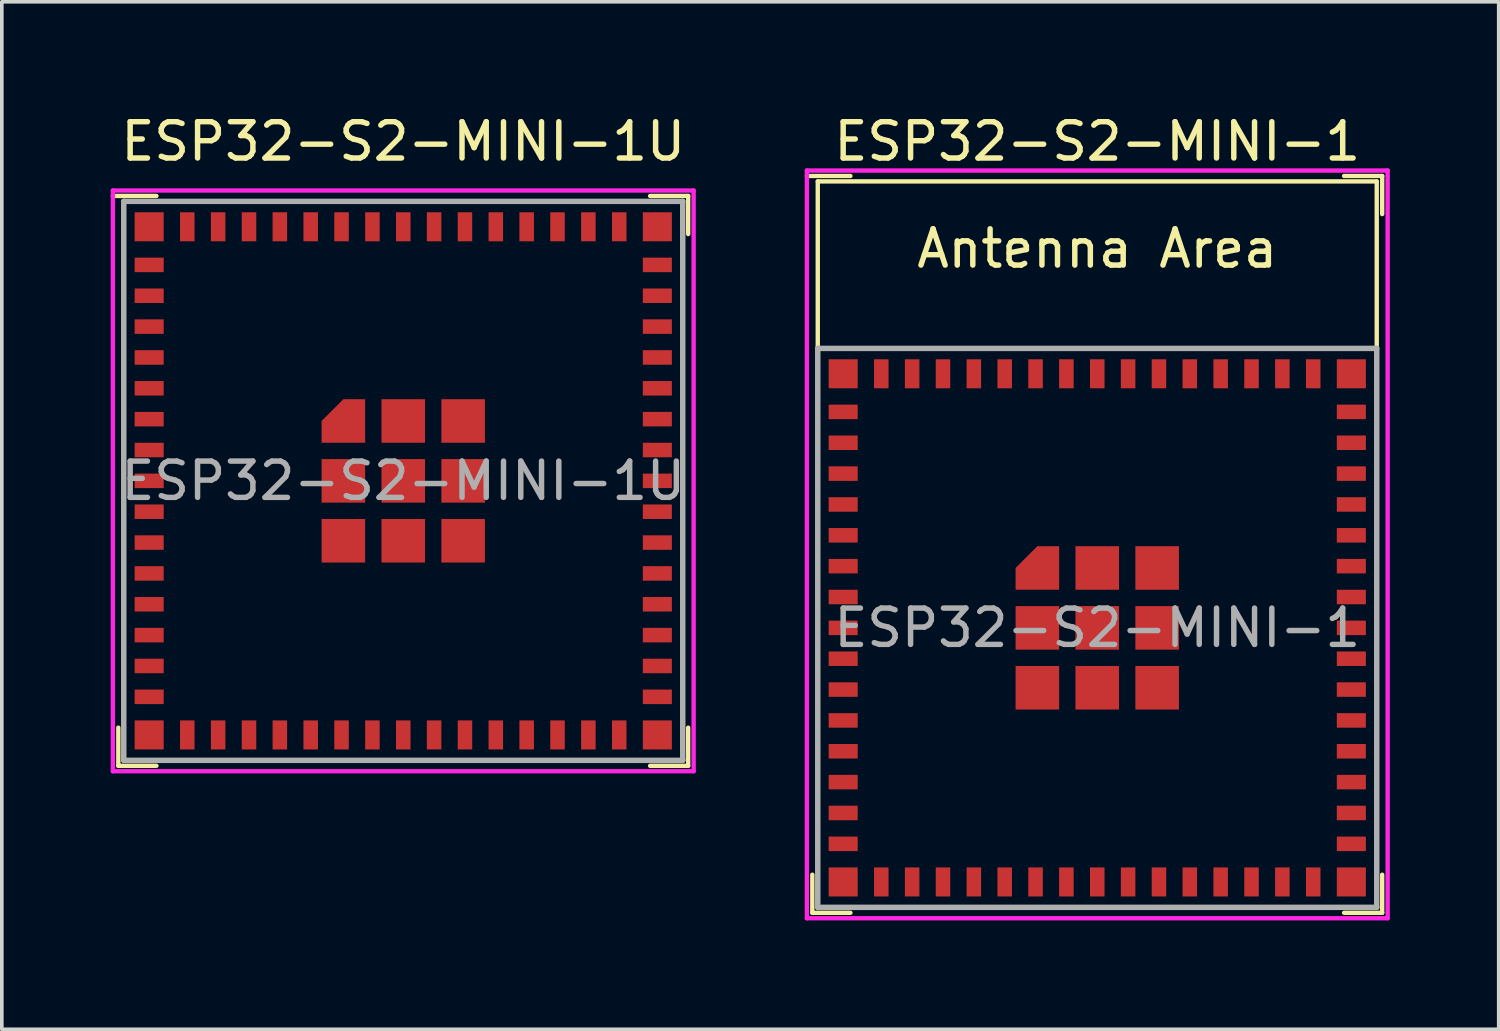
<source format=kicad_pcb>
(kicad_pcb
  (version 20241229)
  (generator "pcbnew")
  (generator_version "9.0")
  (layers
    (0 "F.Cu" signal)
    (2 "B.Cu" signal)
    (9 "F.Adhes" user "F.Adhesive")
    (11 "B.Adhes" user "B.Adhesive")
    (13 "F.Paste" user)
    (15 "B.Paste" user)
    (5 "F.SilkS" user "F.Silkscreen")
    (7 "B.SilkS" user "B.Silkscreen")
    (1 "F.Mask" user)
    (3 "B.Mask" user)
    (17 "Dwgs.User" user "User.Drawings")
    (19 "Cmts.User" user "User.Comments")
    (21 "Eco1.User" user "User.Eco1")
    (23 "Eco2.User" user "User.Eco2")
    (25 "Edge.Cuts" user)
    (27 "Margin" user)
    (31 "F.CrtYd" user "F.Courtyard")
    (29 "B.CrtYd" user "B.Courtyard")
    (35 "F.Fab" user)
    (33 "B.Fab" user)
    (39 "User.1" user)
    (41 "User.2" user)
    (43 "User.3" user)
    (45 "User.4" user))
  (footprint "ESP32-S2-MINI-1U"
    (layer "F.Cu")
    (at 8.06 10.198)
    (property "Reference" "ESP32-S2-MINI-1U" (at 0 -9.35 0) (layer "F.SilkS") (effects (font (size 1 1) (thickness 0.15))))
    (attr smd)
    (fp_line (start -7.85 7.85) (end -7.85 6.8) (stroke (width 0.12) (type solid)) (layer "F.SilkS"))
    (fp_line (start -7.7 -7.7) (end 7.7 -7.7) (stroke (width 0.12) (type solid)) (layer "F.SilkS"))
    (fp_line (start -7.7 7.7) (end -7.7 -7.7) (stroke (width 0.12) (type solid)) (layer "F.SilkS"))
    (fp_line (start -6.8 -7.85) (end -8 -7.85) (stroke (width 0.12) (type solid)) (layer "F.SilkS"))
    (fp_line (start -6.8 7.85) (end -7.85 7.85) (stroke (width 0.12) (type solid)) (layer "F.SilkS"))
    (fp_line (start 6.8 -7.85) (end 7.85 -7.85) (stroke (width 0.12) (type solid)) (layer "F.SilkS"))
    (fp_line (start 6.8 7.85) (end 7.85 7.85) (stroke (width 0.12) (type solid)) (layer "F.SilkS"))
    (fp_line (start 7.7 -7.7) (end 7.7 7.7) (stroke (width 0.12) (type solid)) (layer "F.SilkS"))
    (fp_line (start 7.7 7.7) (end -7.7 7.7) (stroke (width 0.12) (type solid)) (layer "F.SilkS"))
    (fp_line (start 7.85 -7.85) (end 7.85 -6.8) (stroke (width 0.12) (type solid)) (layer "F.SilkS"))
    (fp_line (start 7.85 7.85) (end 7.85 6.8) (stroke (width 0.12) (type solid)) (layer "F.SilkS"))
    (fp_line (start -8 -8) (end -8 8) (stroke (width 0.12) (type solid)) (layer "F.CrtYd"))
    (fp_line (start -8 8) (end 8 8) (stroke (width 0.12) (type solid)) (layer "F.CrtYd"))
    (fp_line (start 8 -8) (end -8 -8) (stroke (width 0.12) (type solid)) (layer "F.CrtYd"))
    (fp_line (start 8 8) (end 8 -8) (stroke (width 0.12) (type solid)) (layer "F.CrtYd"))
    (fp_line (start -7.7 -7.7) (end -7.7 7.7) (stroke (width 0.15) (type solid)) (layer "F.Fab"))
    (fp_line (start -7.7 7.7) (end 7.7 7.7) (stroke (width 0.15) (type solid)) (layer "F.Fab"))
    (fp_line (start 7.7 -7.7) (end -7.7 -7.7) (stroke (width 0.15) (type solid)) (layer "F.Fab"))
    (fp_line (start 7.7 7.7) (end 7.7 -7.7) (stroke (width 0.15) (type solid)) (layer "F.Fab"))
    (fp_text user "${REFERENCE}" (at 0 0 0) (layer "F.Fab") (effects (font (size 1 1) (thickness 0.15))))
    (pad "1" smd rect (at -7 -5.95 90) (size 0.4 0.8) (layers "F.Cu" "F.Mask" "F.Paste"))
    (pad "2" smd rect (at -7 -5.1 90) (size 0.4 0.8) (layers "F.Cu" "F.Mask" "F.Paste"))
    (pad "3" smd rect (at -7 -4.25 90) (size 0.4 0.8) (layers "F.Cu" "F.Mask" "F.Paste"))
    (pad "4" smd rect (at -7 -3.4 90) (size 0.4 0.8) (layers "F.Cu" "F.Mask" "F.Paste"))
    (pad "5" smd rect (at -7 -2.55 90) (size 0.4 0.8) (layers "F.Cu" "F.Mask" "F.Paste"))
    (pad "6" smd rect (at -7 -1.7 90) (size 0.4 0.8) (layers "F.Cu" "F.Mask" "F.Paste"))
    (pad "7" smd rect (at -7 -0.85 90) (size 0.4 0.8) (layers "F.Cu" "F.Mask" "F.Paste"))
    (pad "8" smd rect (at -7 0 90) (size 0.4 0.8) (layers "F.Cu" "F.Mask" "F.Paste"))
    (pad "9" smd rect (at -7 0.85 90) (size 0.4 0.8) (layers "F.Cu" "F.Mask" "F.Paste"))
    (pad "10" smd rect (at -7 1.7 90) (size 0.4 0.8) (layers "F.Cu" "F.Mask" "F.Paste"))
    (pad "11" smd rect (at -7 2.55 90) (size 0.4 0.8) (layers "F.Cu" "F.Mask" "F.Paste"))
    (pad "12" smd rect (at -7 3.4 90) (size 0.4 0.8) (layers "F.Cu" "F.Mask" "F.Paste"))
    (pad "13" smd rect (at -7 4.25 90) (size 0.4 0.8) (layers "F.Cu" "F.Mask" "F.Paste"))
    (pad "14" smd rect (at -7 5.1 90) (size 0.4 0.8) (layers "F.Cu" "F.Mask" "F.Paste"))
    (pad "15" smd rect (at -7 5.95 90) (size 0.4 0.8) (layers "F.Cu" "F.Mask" "F.Paste"))
    (pad "16" smd rect (at -5.95 7) (size 0.4 0.8) (layers "F.Cu" "F.Mask" "F.Paste"))
    (pad "17" smd rect (at -5.1 7) (size 0.4 0.8) (layers "F.Cu" "F.Mask" "F.Paste"))
    (pad "18" smd rect (at -4.25 7) (size 0.4 0.8) (layers "F.Cu" "F.Mask" "F.Paste"))
    (pad "19" smd rect (at -3.4 7) (size 0.4 0.8) (layers "F.Cu" "F.Mask" "F.Paste"))
    (pad "20" smd rect (at -2.55 7) (size 0.4 0.8) (layers "F.Cu" "F.Mask" "F.Paste"))
    (pad "21" smd rect (at -1.7 7) (size 0.4 0.8) (layers "F.Cu" "F.Mask" "F.Paste"))
    (pad "22" smd rect (at -0.85 7) (size 0.4 0.8) (layers "F.Cu" "F.Mask" "F.Paste"))
    (pad "23" smd rect (at 0 7) (size 0.4 0.8) (layers "F.Cu" "F.Mask" "F.Paste"))
    (pad "24" smd rect (at 0.85 7) (size 0.4 0.8) (layers "F.Cu" "F.Mask" "F.Paste"))
    (pad "25" smd rect (at 1.7 7) (size 0.4 0.8) (layers "F.Cu" "F.Mask" "F.Paste"))
    (pad "26" smd rect (at 2.55 7) (size 0.4 0.8) (layers "F.Cu" "F.Mask" "F.Paste"))
    (pad "27" smd rect (at 3.4 7) (size 0.4 0.8) (layers "F.Cu" "F.Mask" "F.Paste"))
    (pad "28" smd rect (at 4.25 7) (size 0.4 0.8) (layers "F.Cu" "F.Mask" "F.Paste"))
    (pad "29" smd rect (at 5.1 7) (size 0.4 0.8) (layers "F.Cu" "F.Mask" "F.Paste"))
    (pad "30" smd rect (at 5.95 7) (size 0.4 0.8) (layers "F.Cu" "F.Mask" "F.Paste"))
    (pad "31" smd rect (at 7 5.95 90) (size 0.4 0.8) (layers "F.Cu" "F.Mask" "F.Paste"))
    (pad "32" smd rect (at 7 5.1 90) (size 0.4 0.8) (layers "F.Cu" "F.Mask" "F.Paste"))
    (pad "33" smd rect (at 7 4.25 90) (size 0.4 0.8) (layers "F.Cu" "F.Mask" "F.Paste"))
    (pad "34" smd rect (at 7 3.4 90) (size 0.4 0.8) (layers "F.Cu" "F.Mask" "F.Paste"))
    (pad "35" smd rect (at 7 2.55 90) (size 0.4 0.8) (layers "F.Cu" "F.Mask" "F.Paste"))
    (pad "36" smd rect (at 7 1.7 90) (size 0.4 0.8) (layers "F.Cu" "F.Mask" "F.Paste"))
    (pad "37" smd rect (at 7 0.85 90) (size 0.4 0.8) (layers "F.Cu" "F.Mask" "F.Paste"))
    (pad "38" smd rect (at 7 0 90) (size 0.4 0.8) (layers "F.Cu" "F.Mask" "F.Paste"))
    (pad "39" smd rect (at 7 -0.85 90) (size 0.4 0.8) (layers "F.Cu" "F.Mask" "F.Paste"))
    (pad "40" smd rect (at 7 -1.7 90) (size 0.4 0.8) (layers "F.Cu" "F.Mask" "F.Paste"))
    (pad "41" smd rect (at 7 -2.55 90) (size 0.4 0.8) (layers "F.Cu" "F.Mask" "F.Paste"))
    (pad "42" smd rect (at 7 -3.4 90) (size 0.4 0.8) (layers "F.Cu" "F.Mask" "F.Paste"))
    (pad "43" smd rect (at 7 -4.25 90) (size 0.4 0.8) (layers "F.Cu" "F.Mask" "F.Paste"))
    (pad "44" smd rect (at 7 -5.1 90) (size 0.4 0.8) (layers "F.Cu" "F.Mask" "F.Paste"))
    (pad "45" smd rect (at 7 -5.95 90) (size 0.4 0.8) (layers "F.Cu" "F.Mask" "F.Paste"))
    (pad "46" smd rect (at 5.95 -7) (size 0.4 0.8) (layers "F.Cu" "F.Mask" "F.Paste"))
    (pad "47" smd rect (at 5.1 -7) (size 0.4 0.8) (layers "F.Cu" "F.Mask" "F.Paste"))
    (pad "48" smd rect (at 4.25 -7) (size 0.4 0.8) (layers "F.Cu" "F.Mask" "F.Paste"))
    (pad "49" smd rect (at 3.4 -7) (size 0.4 0.8) (layers "F.Cu" "F.Mask" "F.Paste"))
    (pad "50" smd rect (at 2.55 -7) (size 0.4 0.8) (layers "F.Cu" "F.Mask" "F.Paste"))
    (pad "51" smd rect (at 1.7 -7) (size 0.4 0.8) (layers "F.Cu" "F.Mask" "F.Paste"))
    (pad "52" smd rect (at 0.85 -7) (size 0.4 0.8) (layers "F.Cu" "F.Mask" "F.Paste"))
    (pad "53" smd rect (at 0 -7) (size 0.4 0.8) (layers "F.Cu" "F.Mask" "F.Paste"))
    (pad "54" smd rect (at -0.85 -7) (size 0.4 0.8) (layers "F.Cu" "F.Mask" "F.Paste"))
    (pad "55" smd rect (at -1.7 -7) (size 0.4 0.8) (layers "F.Cu" "F.Mask" "F.Paste"))
    (pad "56" smd rect (at -2.55 -7) (size 0.4 0.8) (layers "F.Cu" "F.Mask" "F.Paste"))
    (pad "57" smd rect (at -3.4 -7) (size 0.4 0.8) (layers "F.Cu" "F.Mask" "F.Paste"))
    (pad "58" smd rect (at -4.25 -7) (size 0.4 0.8) (layers "F.Cu" "F.Mask" "F.Paste"))
    (pad "59" smd rect (at -5.1 -7) (size 0.4 0.8) (layers "F.Cu" "F.Mask" "F.Paste"))
    (pad "60" smd rect (at -5.95 -7) (size 0.4 0.8) (layers "F.Cu" "F.Mask" "F.Paste"))
    (pad "61" smd custom (at -1.65 -1.65) (size 0.6 0.6) (layers "F.Cu" "F.Mask" "F.Paste") (options (anchor rect)) (primitives (gr_poly (pts (xy 0.6 0.6) (xy -0.6 0.6) (xy -0.6 0) (xy 0 -0.6) (xy 0.6 -0.6)) (width 0) (fill yes))))
    (pad "61" smd rect (at -1.65 0) (size 1.2 1.2) (layers "F.Cu" "F.Mask" "F.Paste"))
    (pad "61" smd rect (at -1.65 1.65) (size 1.2 1.2) (layers "F.Cu" "F.Mask" "F.Paste"))
    (pad "61" smd rect (at 0 -1.65) (size 1.2 1.2) (layers "F.Cu" "F.Mask" "F.Paste"))
    (pad "61" smd rect (at 0 0) (size 1.2 1.2) (layers "F.Cu" "F.Mask" "F.Paste"))
    (pad "61" smd rect (at 0 1.65) (size 1.2 1.2) (layers "F.Cu" "F.Mask" "F.Paste"))
    (pad "61" smd rect (at 1.65 -1.65) (size 1.2 1.2) (layers "F.Cu" "F.Mask" "F.Paste"))
    (pad "61" smd rect (at 1.65 0) (size 1.2 1.2) (layers "F.Cu" "F.Mask" "F.Paste"))
    (pad "61" smd rect (at 1.65 1.65) (size 1.2 1.2) (layers "F.Cu" "F.Mask" "F.Paste"))
    (pad "62" smd rect (at -7 -7 180) (size 0.8 0.8) (layers "F.Cu" "F.Mask" "F.Paste"))
    (pad "63" smd rect (at -7 7 180) (size 0.8 0.8) (layers "F.Cu" "F.Mask" "F.Paste"))
    (pad "64" smd rect (at 7 7 180) (size 0.8 0.8) (layers "F.Cu" "F.Mask" "F.Paste"))
    (pad "65" smd rect (at 7 -7 180) (size 0.8 0.8) (layers "F.Cu" "F.Mask" "F.Paste")))
  (footprint "ESP32-S2-MINI-1"
    (layer "F.Cu")
    (at 27.18 14.248)
    (property "Reference" "ESP32-S2-MINI-1" (at 0 -13.4 0) (layer "F.SilkS") (effects (font (size 1 1) (thickness 0.15))))
    (attr smd)
    (fp_line (start -7.85 7.85) (end -7.85 6.8) (stroke (width 0.12) (type solid)) (layer "F.SilkS"))
    (fp_line (start -7.7 -12.3) (end -7.7 -7.7) (stroke (width 0.12) (type solid)) (layer "F.SilkS"))
    (fp_line (start -7.7 -12.3) (end 7.7 -12.3) (stroke (width 0.12) (type solid)) (layer "F.SilkS"))
    (fp_line (start -7.7 7.7) (end -7.7 -7.7) (stroke (width 0.12) (type solid)) (layer "F.SilkS"))
    (fp_line (start -6.8 -12.45) (end -8 -12.45) (stroke (width 0.12) (type solid)) (layer "F.SilkS"))
    (fp_line (start -6.8 7.85) (end -7.85 7.85) (stroke (width 0.12) (type solid)) (layer "F.SilkS"))
    (fp_line (start 6.8 -12.45) (end 7.85 -12.45) (stroke (width 0.12) (type solid)) (layer "F.SilkS"))
    (fp_line (start 6.8 7.85) (end 7.85 7.85) (stroke (width 0.12) (type solid)) (layer "F.SilkS"))
    (fp_line (start 7.7 -12.3) (end 7.7 -7.7) (stroke (width 0.12) (type solid)) (layer "F.SilkS"))
    (fp_line (start 7.7 -7.7) (end 7.7 7.7) (stroke (width 0.12) (type solid)) (layer "F.SilkS"))
    (fp_line (start 7.7 7.7) (end -7.7 7.7) (stroke (width 0.12) (type solid)) (layer "F.SilkS"))
    (fp_line (start 7.85 -12.45) (end 7.85 -11.4) (stroke (width 0.12) (type solid)) (layer "F.SilkS"))
    (fp_line (start 7.85 7.85) (end 7.85 6.8) (stroke (width 0.12) (type solid)) (layer "F.SilkS"))
    (fp_line (start -8 -12.6) (end -8 8) (stroke (width 0.12) (type solid)) (layer "F.CrtYd"))
    (fp_line (start -8 8) (end 8 8) (stroke (width 0.12) (type solid)) (layer "F.CrtYd"))
    (fp_line (start 8 -12.6) (end -8 -12.6) (stroke (width 0.12) (type solid)) (layer "F.CrtYd"))
    (fp_line (start 8 8) (end 8 -12.6) (stroke (width 0.12) (type solid)) (layer "F.CrtYd"))
    (fp_line (start -7.7 -7.7) (end -7.7 7.7) (stroke (width 0.15) (type solid)) (layer "F.Fab"))
    (fp_line (start -7.7 7.7) (end 7.7 7.7) (stroke (width 0.15) (type solid)) (layer "F.Fab"))
    (fp_line (start 7.7 -7.7) (end -7.7 -7.7) (stroke (width 0.15) (type solid)) (layer "F.Fab"))
    (fp_line (start 7.7 7.7) (end 7.7 -7.7) (stroke (width 0.15) (type solid)) (layer "F.Fab"))
    (fp_text user "Antenna Area" (at 0 -10.45 0) (layer "F.SilkS") (effects (font (size 1 1) (thickness 0.15))))
    (fp_text user "${REFERENCE}" (at 0 0 0) (layer "F.Fab") (effects (font (size 1 1) (thickness 0.15))))
    (pad "1" smd rect (at -7 -5.95 90) (size 0.4 0.8) (layers "F.Cu" "F.Mask" "F.Paste"))
    (pad "2" smd rect (at -7 -5.1 90) (size 0.4 0.8) (layers "F.Cu" "F.Mask" "F.Paste"))
    (pad "3" smd rect (at -7 -4.25 90) (size 0.4 0.8) (layers "F.Cu" "F.Mask" "F.Paste"))
    (pad "4" smd rect (at -7 -3.4 90) (size 0.4 0.8) (layers "F.Cu" "F.Mask" "F.Paste"))
    (pad "5" smd rect (at -7 -2.55 90) (size 0.4 0.8) (layers "F.Cu" "F.Mask" "F.Paste"))
    (pad "6" smd rect (at -7 -1.7 90) (size 0.4 0.8) (layers "F.Cu" "F.Mask" "F.Paste"))
    (pad "7" smd rect (at -7 -0.85 90) (size 0.4 0.8) (layers "F.Cu" "F.Mask" "F.Paste"))
    (pad "8" smd rect (at -7 0 90) (size 0.4 0.8) (layers "F.Cu" "F.Mask" "F.Paste"))
    (pad "9" smd rect (at -7 0.85 90) (size 0.4 0.8) (layers "F.Cu" "F.Mask" "F.Paste"))
    (pad "10" smd rect (at -7 1.7 90) (size 0.4 0.8) (layers "F.Cu" "F.Mask" "F.Paste"))
    (pad "11" smd rect (at -7 2.55 90) (size 0.4 0.8) (layers "F.Cu" "F.Mask" "F.Paste"))
    (pad "12" smd rect (at -7 3.4 90) (size 0.4 0.8) (layers "F.Cu" "F.Mask" "F.Paste"))
    (pad "13" smd rect (at -7 4.25 90) (size 0.4 0.8) (layers "F.Cu" "F.Mask" "F.Paste"))
    (pad "14" smd rect (at -7 5.1 90) (size 0.4 0.8) (layers "F.Cu" "F.Mask" "F.Paste"))
    (pad "15" smd rect (at -7 5.95 90) (size 0.4 0.8) (layers "F.Cu" "F.Mask" "F.Paste"))
    (pad "16" smd rect (at -5.95 7) (size 0.4 0.8) (layers "F.Cu" "F.Mask" "F.Paste"))
    (pad "17" smd rect (at -5.1 7) (size 0.4 0.8) (layers "F.Cu" "F.Mask" "F.Paste"))
    (pad "18" smd rect (at -4.25 7) (size 0.4 0.8) (layers "F.Cu" "F.Mask" "F.Paste"))
    (pad "19" smd rect (at -3.4 7) (size 0.4 0.8) (layers "F.Cu" "F.Mask" "F.Paste"))
    (pad "20" smd rect (at -2.55 7) (size 0.4 0.8) (layers "F.Cu" "F.Mask" "F.Paste"))
    (pad "21" smd rect (at -1.7 7) (size 0.4 0.8) (layers "F.Cu" "F.Mask" "F.Paste"))
    (pad "22" smd rect (at -0.85 7) (size 0.4 0.8) (layers "F.Cu" "F.Mask" "F.Paste"))
    (pad "23" smd rect (at 0 7) (size 0.4 0.8) (layers "F.Cu" "F.Mask" "F.Paste"))
    (pad "24" smd rect (at 0.85 7) (size 0.4 0.8) (layers "F.Cu" "F.Mask" "F.Paste"))
    (pad "25" smd rect (at 1.7 7) (size 0.4 0.8) (layers "F.Cu" "F.Mask" "F.Paste"))
    (pad "26" smd rect (at 2.55 7) (size 0.4 0.8) (layers "F.Cu" "F.Mask" "F.Paste"))
    (pad "27" smd rect (at 3.4 7) (size 0.4 0.8) (layers "F.Cu" "F.Mask" "F.Paste"))
    (pad "28" smd rect (at 4.25 7) (size 0.4 0.8) (layers "F.Cu" "F.Mask" "F.Paste"))
    (pad "29" smd rect (at 5.1 7) (size 0.4 0.8) (layers "F.Cu" "F.Mask" "F.Paste"))
    (pad "30" smd rect (at 5.95 7) (size 0.4 0.8) (layers "F.Cu" "F.Mask" "F.Paste"))
    (pad "31" smd rect (at 7 5.95 90) (size 0.4 0.8) (layers "F.Cu" "F.Mask" "F.Paste"))
    (pad "32" smd rect (at 7 5.1 90) (size 0.4 0.8) (layers "F.Cu" "F.Mask" "F.Paste"))
    (pad "33" smd rect (at 7 4.25 90) (size 0.4 0.8) (layers "F.Cu" "F.Mask" "F.Paste"))
    (pad "34" smd rect (at 7 3.4 90) (size 0.4 0.8) (layers "F.Cu" "F.Mask" "F.Paste"))
    (pad "35" smd rect (at 7 2.55 90) (size 0.4 0.8) (layers "F.Cu" "F.Mask" "F.Paste"))
    (pad "36" smd rect (at 7 1.7 90) (size 0.4 0.8) (layers "F.Cu" "F.Mask" "F.Paste"))
    (pad "37" smd rect (at 7 0.85 90) (size 0.4 0.8) (layers "F.Cu" "F.Mask" "F.Paste"))
    (pad "38" smd rect (at 7 0 90) (size 0.4 0.8) (layers "F.Cu" "F.Mask" "F.Paste"))
    (pad "39" smd rect (at 7 -0.85 90) (size 0.4 0.8) (layers "F.Cu" "F.Mask" "F.Paste"))
    (pad "40" smd rect (at 7 -1.7 90) (size 0.4 0.8) (layers "F.Cu" "F.Mask" "F.Paste"))
    (pad "41" smd rect (at 7 -2.55 90) (size 0.4 0.8) (layers "F.Cu" "F.Mask" "F.Paste"))
    (pad "42" smd rect (at 7 -3.4 90) (size 0.4 0.8) (layers "F.Cu" "F.Mask" "F.Paste"))
    (pad "43" smd rect (at 7 -4.25 90) (size 0.4 0.8) (layers "F.Cu" "F.Mask" "F.Paste"))
    (pad "44" smd rect (at 7 -5.1 90) (size 0.4 0.8) (layers "F.Cu" "F.Mask" "F.Paste"))
    (pad "45" smd rect (at 7 -5.95 90) (size 0.4 0.8) (layers "F.Cu" "F.Mask" "F.Paste"))
    (pad "46" smd rect (at 5.95 -7) (size 0.4 0.8) (layers "F.Cu" "F.Mask" "F.Paste"))
    (pad "47" smd rect (at 5.1 -7) (size 0.4 0.8) (layers "F.Cu" "F.Mask" "F.Paste"))
    (pad "48" smd rect (at 4.25 -7) (size 0.4 0.8) (layers "F.Cu" "F.Mask" "F.Paste"))
    (pad "49" smd rect (at 3.4 -7) (size 0.4 0.8) (layers "F.Cu" "F.Mask" "F.Paste"))
    (pad "50" smd rect (at 2.55 -7) (size 0.4 0.8) (layers "F.Cu" "F.Mask" "F.Paste"))
    (pad "51" smd rect (at 1.7 -7) (size 0.4 0.8) (layers "F.Cu" "F.Mask" "F.Paste"))
    (pad "52" smd rect (at 0.85 -7) (size 0.4 0.8) (layers "F.Cu" "F.Mask" "F.Paste"))
    (pad "53" smd rect (at 0 -7) (size 0.4 0.8) (layers "F.Cu" "F.Mask" "F.Paste"))
    (pad "54" smd rect (at -0.85 -7) (size 0.4 0.8) (layers "F.Cu" "F.Mask" "F.Paste"))
    (pad "55" smd rect (at -1.7 -7) (size 0.4 0.8) (layers "F.Cu" "F.Mask" "F.Paste"))
    (pad "56" smd rect (at -2.55 -7) (size 0.4 0.8) (layers "F.Cu" "F.Mask" "F.Paste"))
    (pad "57" smd rect (at -3.4 -7) (size 0.4 0.8) (layers "F.Cu" "F.Mask" "F.Paste"))
    (pad "58" smd rect (at -4.25 -7) (size 0.4 0.8) (layers "F.Cu" "F.Mask" "F.Paste"))
    (pad "59" smd rect (at -5.1 -7) (size 0.4 0.8) (layers "F.Cu" "F.Mask" "F.Paste"))
    (pad "60" smd rect (at -5.95 -7) (size 0.4 0.8) (layers "F.Cu" "F.Mask" "F.Paste"))
    (pad "61" smd custom (at -1.65 -1.65) (size 0.6 0.6) (layers "F.Cu" "F.Mask" "F.Paste") (options (anchor rect)) (primitives (gr_poly (pts (xy 0.6 0.6) (xy -0.6 0.6) (xy -0.6 0) (xy 0 -0.6) (xy 0.6 -0.6)) (width 0) (fill yes))))
    (pad "61" smd rect (at -1.65 0) (size 1.2 1.2) (layers "F.Cu" "F.Mask" "F.Paste"))
    (pad "61" smd rect (at -1.65 1.65) (size 1.2 1.2) (layers "F.Cu" "F.Mask" "F.Paste"))
    (pad "61" smd rect (at 0 -1.65) (size 1.2 1.2) (layers "F.Cu" "F.Mask" "F.Paste"))
    (pad "61" smd rect (at 0 0) (size 1.2 1.2) (layers "F.Cu" "F.Mask" "F.Paste"))
    (pad "61" smd rect (at 0 1.65) (size 1.2 1.2) (layers "F.Cu" "F.Mask" "F.Paste"))
    (pad "61" smd rect (at 1.65 -1.65) (size 1.2 1.2) (layers "F.Cu" "F.Mask" "F.Paste"))
    (pad "61" smd rect (at 1.65 0) (size 1.2 1.2) (layers "F.Cu" "F.Mask" "F.Paste"))
    (pad "61" smd rect (at 1.65 1.65) (size 1.2 1.2) (layers "F.Cu" "F.Mask" "F.Paste"))
    (pad "62" smd rect (at -7 -7 180) (size 0.8 0.8) (layers "F.Cu" "F.Mask" "F.Paste"))
    (pad "63" smd rect (at -7 7 180) (size 0.8 0.8) (layers "F.Cu" "F.Mask" "F.Paste"))
    (pad "64" smd rect (at 7 7 180) (size 0.8 0.8) (layers "F.Cu" "F.Mask" "F.Paste"))
    (pad "65" smd rect (at 7 -7 180) (size 0.8 0.8) (layers "F.Cu" "F.Mask" "F.Paste"))
    (zone (net_name "") (layers "F.Cu" "B.Cu") (name "antenna keepout") (hatch edge 0.508) (connect_pads) (min_thickness 0.254) (filled_areas_thickness no) (keepout (tracks not_allowed) (vias not_allowed) (pads not_allowed) (copperpour not_allowed) (footprints not_allowed)) (placement (enabled no)) (fill) (polygon (pts (xy 34.88 6.548) (xy 19.48 6.548) (xy 19.48 1.948) (xy 34.88 1.948)))))
  (gr_rect
    (start -3 -3)
    (end 38.24 25.308)
    (stroke (width 0.1) (type default))
    (fill no)
    (layer "Edge.Cuts")))
</source>
